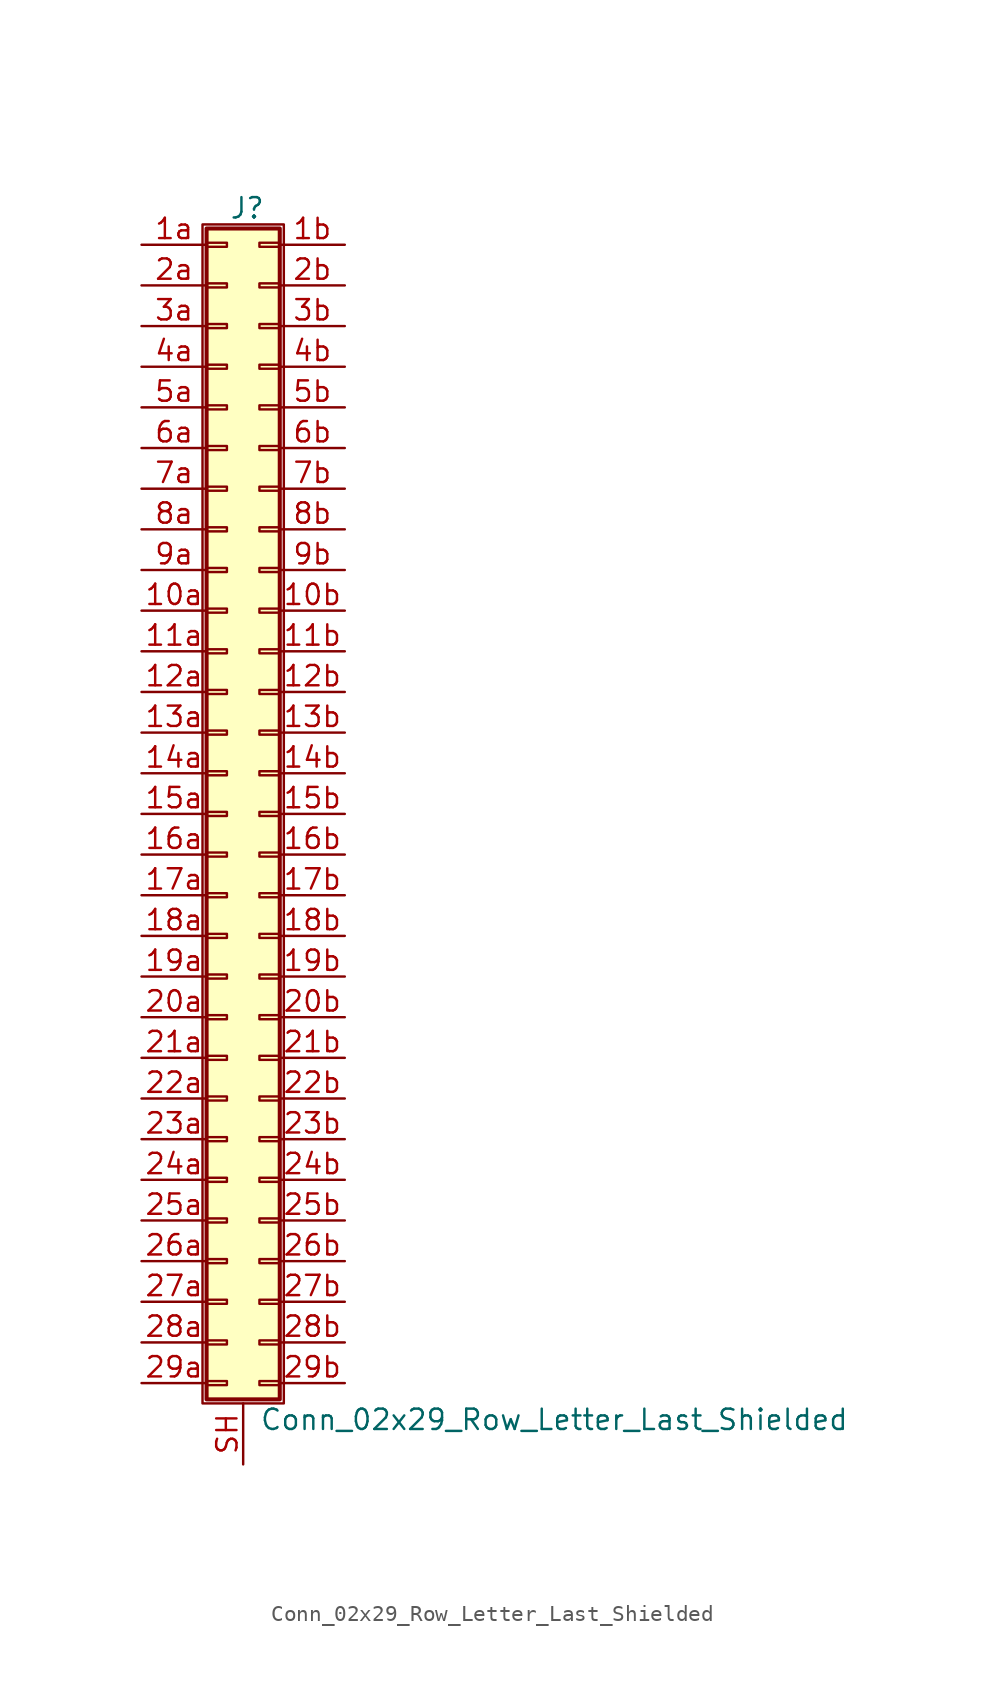
<source format=kicad_sym>
(kicad_symbol_lib
  (version 20201005)
  (generator kicad_symbol_editor)
  (symbol "Conn_02x29_Row_Letter_Last_Shielded"
    (pin_names
      (offset 1.016) hide)
    (property "Reference" "J"
      (at 1.524 37.846 0)
      (effects (font (size 1.27 1.27))))
    (property "Value" "Conn_02x29_Row_Letter_Last_Shielded"
      (at 2.286 -37.846 0)
      (effects (font (size 1.27 1.27)) (justify left)))
    (symbol "Conn_02x29_Row_Letter_Last_Shielded_1_1"
      (rectangle (start -1.27 36.83) (end 3.81 -36.83) (stroke (width 0.152)) (fill (type none)))
      (rectangle (start -1.016 -35.433) (end 0.254 -35.687) (stroke (width 0.152)) (fill (type none)))
      (rectangle (start -1.016 -32.893) (end 0.254 -33.147) (stroke (width 0.152)) (fill (type none)))
      (rectangle (start -1.016 -30.353) (end 0.254 -30.607) (stroke (width 0.152)) (fill (type none)))
      (rectangle (start -1.016 -27.813) (end 0.254 -28.067) (stroke (width 0.152)) (fill (type none)))
      (rectangle (start -1.016 -25.273) (end 0.254 -25.527) (stroke (width 0.152)) (fill (type none)))
      (rectangle (start -1.016 -22.733) (end 0.254 -22.987) (stroke (width 0.152)) (fill (type none)))
      (rectangle (start -1.016 -20.193) (end 0.254 -20.447) (stroke (width 0.152)) (fill (type none)))
      (rectangle (start -1.016 -17.653) (end 0.254 -17.907) (stroke (width 0.152)) (fill (type none)))
      (rectangle (start -1.016 -15.113) (end 0.254 -15.367) (stroke (width 0.152)) (fill (type none)))
      (rectangle (start -1.016 -12.573) (end 0.254 -12.827) (stroke (width 0.152)) (fill (type none)))
      (rectangle (start -1.016 -10.033) (end 0.254 -10.287) (stroke (width 0.152)) (fill (type none)))
      (rectangle (start -1.016 -7.493) (end 0.254 -7.747) (stroke (width 0.152)) (fill (type none)))
      (rectangle (start -1.016 -4.953) (end 0.254 -5.207) (stroke (width 0.152)) (fill (type none)))
      (rectangle (start -1.016 -2.413) (end 0.254 -2.667) (stroke (width 0.152)) (fill (type none)))
      (rectangle (start -1.016 0.127) (end 0.254 -0.127) (stroke (width 0.152)) (fill (type none)))
      (rectangle (start -1.016 2.667) (end 0.254 2.413) (stroke (width 0.152)) (fill (type none)))
      (rectangle (start -1.016 5.207) (end 0.254 4.953) (stroke (width 0.152)) (fill (type none)))
      (rectangle (start -1.016 7.747) (end 0.254 7.493) (stroke (width 0.152)) (fill (type none)))
      (rectangle (start -1.016 10.287) (end 0.254 10.033) (stroke (width 0.152)) (fill (type none)))
      (rectangle (start -1.016 12.827) (end 0.254 12.573) (stroke (width 0.152)) (fill (type none)))
      (rectangle (start -1.016 15.367) (end 0.254 15.113) (stroke (width 0.152)) (fill (type none)))
      (rectangle (start -1.016 17.907) (end 0.254 17.653) (stroke (width 0.152)) (fill (type none)))
      (rectangle (start -1.016 20.447) (end 0.254 20.193) (stroke (width 0.152)) (fill (type none)))
      (rectangle (start -1.016 22.987) (end 0.254 22.733) (stroke (width 0.152)) (fill (type none)))
      (rectangle (start -1.016 25.527) (end 0.254 25.273) (stroke (width 0.152)) (fill (type none)))
      (rectangle (start -1.016 28.067) (end 0.254 27.813) (stroke (width 0.152)) (fill (type none)))
      (rectangle (start -1.016 30.607) (end 0.254 30.353) (stroke (width 0.152)) (fill (type none)))
      (rectangle (start -1.016 33.147) (end 0.254 32.893) (stroke (width 0.152)) (fill (type none)))
      (rectangle (start -1.016 35.687) (end 0.254 35.433) (stroke (width 0.152)) (fill (type none)))
      (rectangle (start -1.016 36.576) (end 3.556 -36.576) (stroke (width 0.254)) (fill (type background)))
      (rectangle (start 3.556 -35.433) (end 2.286 -35.687) (stroke (width 0.152)) (fill (type none)))
      (rectangle (start 3.556 -32.893) (end 2.286 -33.147) (stroke (width 0.152)) (fill (type none)))
      (rectangle (start 3.556 -30.353) (end 2.286 -30.607) (stroke (width 0.152)) (fill (type none)))
      (rectangle (start 3.556 -27.813) (end 2.286 -28.067) (stroke (width 0.152)) (fill (type none)))
      (rectangle (start 3.556 -25.273) (end 2.286 -25.527) (stroke (width 0.152)) (fill (type none)))
      (rectangle (start 3.556 -22.733) (end 2.286 -22.987) (stroke (width 0.152)) (fill (type none)))
      (rectangle (start 3.556 -20.193) (end 2.286 -20.447) (stroke (width 0.152)) (fill (type none)))
      (rectangle (start 3.556 -17.653) (end 2.286 -17.907) (stroke (width 0.152)) (fill (type none)))
      (rectangle (start 3.556 -15.113) (end 2.286 -15.367) (stroke (width 0.152)) (fill (type none)))
      (rectangle (start 3.556 -12.573) (end 2.286 -12.827) (stroke (width 0.152)) (fill (type none)))
      (rectangle (start 3.556 -10.033) (end 2.286 -10.287) (stroke (width 0.152)) (fill (type none)))
      (rectangle (start 3.556 -7.493) (end 2.286 -7.747) (stroke (width 0.152)) (fill (type none)))
      (rectangle (start 3.556 -4.953) (end 2.286 -5.207) (stroke (width 0.152)) (fill (type none)))
      (rectangle (start 3.556 -2.413) (end 2.286 -2.667) (stroke (width 0.152)) (fill (type none)))
      (rectangle (start 3.556 0.127) (end 2.286 -0.127) (stroke (width 0.152)) (fill (type none)))
      (rectangle (start 3.556 2.667) (end 2.286 2.413) (stroke (width 0.152)) (fill (type none)))
      (rectangle (start 3.556 5.207) (end 2.286 4.953) (stroke (width 0.152)) (fill (type none)))
      (rectangle (start 3.556 7.747) (end 2.286 7.493) (stroke (width 0.152)) (fill (type none)))
      (rectangle (start 3.556 10.287) (end 2.286 10.033) (stroke (width 0.152)) (fill (type none)))
      (rectangle (start 3.556 12.827) (end 2.286 12.573) (stroke (width 0.152)) (fill (type none)))
      (rectangle (start 3.556 15.367) (end 2.286 15.113) (stroke (width 0.152)) (fill (type none)))
      (rectangle (start 3.556 17.907) (end 2.286 17.653) (stroke (width 0.152)) (fill (type none)))
      (rectangle (start 3.556 20.447) (end 2.286 20.193) (stroke (width 0.152)) (fill (type none)))
      (rectangle (start 3.556 22.987) (end 2.286 22.733) (stroke (width 0.152)) (fill (type none)))
      (rectangle (start 3.556 25.527) (end 2.286 25.273) (stroke (width 0.152)) (fill (type none)))
      (rectangle (start 3.556 28.067) (end 2.286 27.813) (stroke (width 0.152)) (fill (type none)))
      (rectangle (start 3.556 30.607) (end 2.286 30.353) (stroke (width 0.152)) (fill (type none)))
      (rectangle (start 3.556 33.147) (end 2.286 32.893) (stroke (width 0.152)) (fill (type none)))
      (rectangle (start 3.556 35.687) (end 2.286 35.433) (stroke (width 0.152)) (fill (type none)))
      (pin passive line (at -5.08 12.7 0) (length 4.064) (name "Pin_10a" (effects (font (size 1.27 1.27)))) (number "10a" (effects (font (size 1.27 1.27)))))
      (pin passive line (at 7.62 12.7 180) (length 4.064) (name "Pin_10b" (effects (font (size 1.27 1.27)))) (number "10b" (effects (font (size 1.27 1.27)))))
      (pin passive line (at -5.08 10.16 0) (length 4.064) (name "Pin_11a" (effects (font (size 1.27 1.27)))) (number "11a" (effects (font (size 1.27 1.27)))))
      (pin passive line (at 7.62 10.16 180) (length 4.064) (name "Pin_11b" (effects (font (size 1.27 1.27)))) (number "11b" (effects (font (size 1.27 1.27)))))
      (pin passive line (at -5.08 7.62 0) (length 4.064) (name "Pin_12a" (effects (font (size 1.27 1.27)))) (number "12a" (effects (font (size 1.27 1.27)))))
      (pin passive line (at 7.62 7.62 180) (length 4.064) (name "Pin_12b" (effects (font (size 1.27 1.27)))) (number "12b" (effects (font (size 1.27 1.27)))))
      (pin passive line (at -5.08 5.08 0) (length 4.064) (name "Pin_13a" (effects (font (size 1.27 1.27)))) (number "13a" (effects (font (size 1.27 1.27)))))
      (pin passive line (at 7.62 5.08 180) (length 4.064) (name "Pin_13b" (effects (font (size 1.27 1.27)))) (number "13b" (effects (font (size 1.27 1.27)))))
      (pin passive line (at -5.08 2.54 0) (length 4.064) (name "Pin_14a" (effects (font (size 1.27 1.27)))) (number "14a" (effects (font (size 1.27 1.27)))))
      (pin passive line (at 7.62 2.54 180) (length 4.064) (name "Pin_14b" (effects (font (size 1.27 1.27)))) (number "14b" (effects (font (size 1.27 1.27)))))
      (pin passive line (at -5.08 0 0) (length 4.064) (name "Pin_15a" (effects (font (size 1.27 1.27)))) (number "15a" (effects (font (size 1.27 1.27)))))
      (pin passive line (at 7.62 0 180) (length 4.064) (name "Pin_15b" (effects (font (size 1.27 1.27)))) (number "15b" (effects (font (size 1.27 1.27)))))
      (pin passive line (at -5.08 -2.54 0) (length 4.064) (name "Pin_16a" (effects (font (size 1.27 1.27)))) (number "16a" (effects (font (size 1.27 1.27)))))
      (pin passive line (at 7.62 -2.54 180) (length 4.064) (name "Pin_16b" (effects (font (size 1.27 1.27)))) (number "16b" (effects (font (size 1.27 1.27)))))
      (pin passive line (at -5.08 -5.08 0) (length 4.064) (name "Pin_17a" (effects (font (size 1.27 1.27)))) (number "17a" (effects (font (size 1.27 1.27)))))
      (pin passive line (at 7.62 -5.08 180) (length 4.064) (name "Pin_17b" (effects (font (size 1.27 1.27)))) (number "17b" (effects (font (size 1.27 1.27)))))
      (pin passive line (at -5.08 -7.62 0) (length 4.064) (name "Pin_18a" (effects (font (size 1.27 1.27)))) (number "18a" (effects (font (size 1.27 1.27)))))
      (pin passive line (at 7.62 -7.62 180) (length 4.064) (name "Pin_18b" (effects (font (size 1.27 1.27)))) (number "18b" (effects (font (size 1.27 1.27)))))
      (pin passive line (at -5.08 -10.16 0) (length 4.064) (name "Pin_19a" (effects (font (size 1.27 1.27)))) (number "19a" (effects (font (size 1.27 1.27)))))
      (pin passive line (at 7.62 -10.16 180) (length 4.064) (name "Pin_19b" (effects (font (size 1.27 1.27)))) (number "19b" (effects (font (size 1.27 1.27)))))
      (pin passive line (at -5.08 35.56 0) (length 4.064) (name "Pin_1a" (effects (font (size 1.27 1.27)))) (number "1a" (effects (font (size 1.27 1.27)))))
      (pin passive line (at 7.62 35.56 180) (length 4.064) (name "Pin_1b" (effects (font (size 1.27 1.27)))) (number "1b" (effects (font (size 1.27 1.27)))))
      (pin passive line (at -5.08 -12.7 0) (length 4.064) (name "Pin_20a" (effects (font (size 1.27 1.27)))) (number "20a" (effects (font (size 1.27 1.27)))))
      (pin passive line (at 7.62 -12.7 180) (length 4.064) (name "Pin_20b" (effects (font (size 1.27 1.27)))) (number "20b" (effects (font (size 1.27 1.27)))))
      (pin passive line (at -5.08 -15.24 0) (length 4.064) (name "Pin_21a" (effects (font (size 1.27 1.27)))) (number "21a" (effects (font (size 1.27 1.27)))))
      (pin passive line (at 7.62 -15.24 180) (length 4.064) (name "Pin_21b" (effects (font (size 1.27 1.27)))) (number "21b" (effects (font (size 1.27 1.27)))))
      (pin passive line (at -5.08 -17.78 0) (length 4.064) (name "Pin_22a" (effects (font (size 1.27 1.27)))) (number "22a" (effects (font (size 1.27 1.27)))))
      (pin passive line (at 7.62 -17.78 180) (length 4.064) (name "Pin_22b" (effects (font (size 1.27 1.27)))) (number "22b" (effects (font (size 1.27 1.27)))))
      (pin passive line (at -5.08 -20.32 0) (length 4.064) (name "Pin_23a" (effects (font (size 1.27 1.27)))) (number "23a" (effects (font (size 1.27 1.27)))))
      (pin passive line (at 7.62 -20.32 180) (length 4.064) (name "Pin_23b" (effects (font (size 1.27 1.27)))) (number "23b" (effects (font (size 1.27 1.27)))))
      (pin passive line (at -5.08 -22.86 0) (length 4.064) (name "Pin_24a" (effects (font (size 1.27 1.27)))) (number "24a" (effects (font (size 1.27 1.27)))))
      (pin passive line (at 7.62 -22.86 180) (length 4.064) (name "Pin_24b" (effects (font (size 1.27 1.27)))) (number "24b" (effects (font (size 1.27 1.27)))))
      (pin passive line (at -5.08 -25.4 0) (length 4.064) (name "Pin_25a" (effects (font (size 1.27 1.27)))) (number "25a" (effects (font (size 1.27 1.27)))))
      (pin passive line (at 7.62 -25.4 180) (length 4.064) (name "Pin_25b" (effects (font (size 1.27 1.27)))) (number "25b" (effects (font (size 1.27 1.27)))))
      (pin passive line (at -5.08 -27.94 0) (length 4.064) (name "Pin_26a" (effects (font (size 1.27 1.27)))) (number "26a" (effects (font (size 1.27 1.27)))))
      (pin passive line (at 7.62 -27.94 180) (length 4.064) (name "Pin_26b" (effects (font (size 1.27 1.27)))) (number "26b" (effects (font (size 1.27 1.27)))))
      (pin passive line (at -5.08 -30.48 0) (length 4.064) (name "Pin_27a" (effects (font (size 1.27 1.27)))) (number "27a" (effects (font (size 1.27 1.27)))))
      (pin passive line (at 7.62 -30.48 180) (length 4.064) (name "Pin_27b" (effects (font (size 1.27 1.27)))) (number "27b" (effects (font (size 1.27 1.27)))))
      (pin passive line (at -5.08 -33.02 0) (length 4.064) (name "Pin_28a" (effects (font (size 1.27 1.27)))) (number "28a" (effects (font (size 1.27 1.27)))))
      (pin passive line (at 7.62 -33.02 180) (length 4.064) (name "Pin_28b" (effects (font (size 1.27 1.27)))) (number "28b" (effects (font (size 1.27 1.27)))))
      (pin passive line (at -5.08 -35.56 0) (length 4.064) (name "Pin_29a" (effects (font (size 1.27 1.27)))) (number "29a" (effects (font (size 1.27 1.27)))))
      (pin passive line (at 7.62 -35.56 180) (length 4.064) (name "Pin_29b" (effects (font (size 1.27 1.27)))) (number "29b" (effects (font (size 1.27 1.27)))))
      (pin passive line (at -5.08 33.02 0) (length 4.064) (name "Pin_2a" (effects (font (size 1.27 1.27)))) (number "2a" (effects (font (size 1.27 1.27)))))
      (pin passive line (at 7.62 33.02 180) (length 4.064) (name "Pin_2b" (effects (font (size 1.27 1.27)))) (number "2b" (effects (font (size 1.27 1.27)))))
      (pin passive line (at -5.08 30.48 0) (length 4.064) (name "Pin_3a" (effects (font (size 1.27 1.27)))) (number "3a" (effects (font (size 1.27 1.27)))))
      (pin passive line (at 7.62 30.48 180) (length 4.064) (name "Pin_3b" (effects (font (size 1.27 1.27)))) (number "3b" (effects (font (size 1.27 1.27)))))
      (pin passive line (at -5.08 27.94 0) (length 4.064) (name "Pin_4a" (effects (font (size 1.27 1.27)))) (number "4a" (effects (font (size 1.27 1.27)))))
      (pin passive line (at 7.62 27.94 180) (length 4.064) (name "Pin_4b" (effects (font (size 1.27 1.27)))) (number "4b" (effects (font (size 1.27 1.27)))))
      (pin passive line (at -5.08 25.4 0) (length 4.064) (name "Pin_5a" (effects (font (size 1.27 1.27)))) (number "5a" (effects (font (size 1.27 1.27)))))
      (pin passive line (at 7.62 25.4 180) (length 4.064) (name "Pin_5b" (effects (font (size 1.27 1.27)))) (number "5b" (effects (font (size 1.27 1.27)))))
      (pin passive line (at -5.08 22.86 0) (length 4.064) (name "Pin_6a" (effects (font (size 1.27 1.27)))) (number "6a" (effects (font (size 1.27 1.27)))))
      (pin passive line (at 7.62 22.86 180) (length 4.064) (name "Pin_6b" (effects (font (size 1.27 1.27)))) (number "6b" (effects (font (size 1.27 1.27)))))
      (pin passive line (at -5.08 20.32 0) (length 4.064) (name "Pin_7a" (effects (font (size 1.27 1.27)))) (number "7a" (effects (font (size 1.27 1.27)))))
      (pin passive line (at 7.62 20.32 180) (length 4.064) (name "Pin_7b" (effects (font (size 1.27 1.27)))) (number "7b" (effects (font (size 1.27 1.27)))))
      (pin passive line (at -5.08 17.78 0) (length 4.064) (name "Pin_8a" (effects (font (size 1.27 1.27)))) (number "8a" (effects (font (size 1.27 1.27)))))
      (pin passive line (at 7.62 17.78 180) (length 4.064) (name "Pin_8b" (effects (font (size 1.27 1.27)))) (number "8b" (effects (font (size 1.27 1.27)))))
      (pin passive line (at -5.08 15.24 0) (length 4.064) (name "Pin_9a" (effects (font (size 1.27 1.27)))) (number "9a" (effects (font (size 1.27 1.27)))))
      (pin passive line (at 7.62 15.24 180) (length 4.064) (name "Pin_9b" (effects (font (size 1.27 1.27)))) (number "9b" (effects (font (size 1.27 1.27)))))
      (pin passive line (at 1.27 -40.64 90) (length 3.81) (name "Shield" (effects (font (size 1.27 1.27)))) (number "SH" (effects (font (size 1.27 1.27))))))))
</source>
